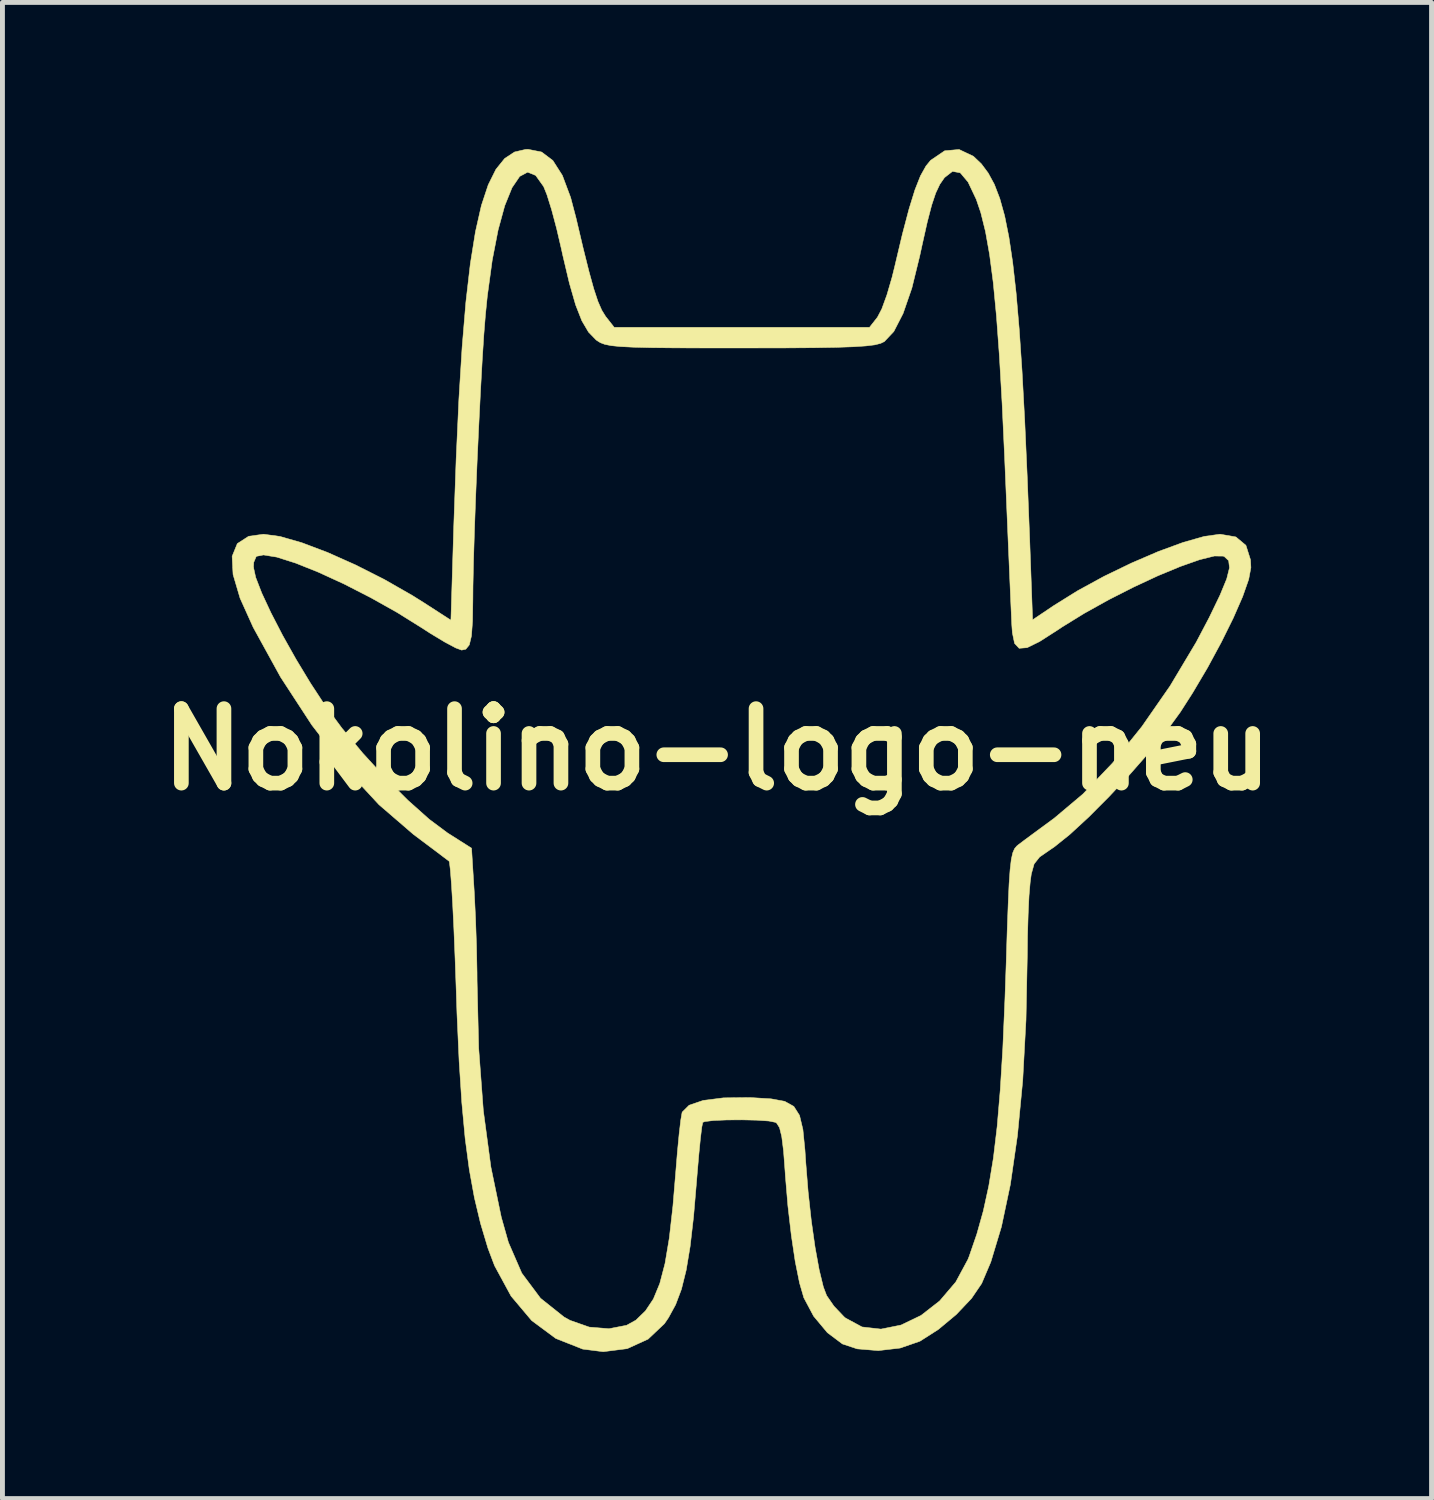
<source format=kicad_pcb>
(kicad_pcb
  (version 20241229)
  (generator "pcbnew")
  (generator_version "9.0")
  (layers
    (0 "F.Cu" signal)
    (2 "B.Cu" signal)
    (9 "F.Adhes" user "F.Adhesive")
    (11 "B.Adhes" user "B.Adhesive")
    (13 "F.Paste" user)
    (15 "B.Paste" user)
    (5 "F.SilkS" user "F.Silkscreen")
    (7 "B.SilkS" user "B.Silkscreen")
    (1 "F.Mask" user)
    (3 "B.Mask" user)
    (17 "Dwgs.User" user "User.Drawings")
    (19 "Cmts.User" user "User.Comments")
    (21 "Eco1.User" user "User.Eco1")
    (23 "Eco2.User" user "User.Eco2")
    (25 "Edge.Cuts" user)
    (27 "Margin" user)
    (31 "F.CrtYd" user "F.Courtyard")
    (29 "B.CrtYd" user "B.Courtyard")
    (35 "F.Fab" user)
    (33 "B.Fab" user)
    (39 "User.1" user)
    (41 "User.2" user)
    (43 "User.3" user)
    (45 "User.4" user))
  (footprint "Nokolino-logo-neu"
    (layer "F.Cu")
    (at 11.619 12.282)
    (property "Reference" "Nokolino-logo-neu" (at 0 0 0) (layer "F.SilkS") (effects (font (size 1.524 1.524) (thickness 0.3))))
    (attr through_hole)
    (fp_poly (pts (xy -3.589 -12.222) (xy -3.359 -12.049) (xy -3.164 -11.743) (xy -2.995 -11.292) (xy -2.885 -10.874) (xy -2.739 -10.255) (xy -2.62 -9.779) (xy -2.522 -9.424) (xy -2.437 -9.167) (xy -2.358 -8.986) (xy -2.279 -8.858) (xy -2.267 -8.843) (xy -2.104 -8.636) (xy 0.508 -8.636) (xy 3.12 -8.636) (xy 3.282 -8.842) (xy 3.371 -9.012) (xy 3.476 -9.3) (xy 3.581 -9.66) (xy 3.635 -9.879) (xy 3.792 -10.541) (xy 3.928 -11.057) (xy 4.049 -11.448) (xy 4.162 -11.734) (xy 4.275 -11.936) (xy 4.37 -12.052) (xy 4.657 -12.247) (xy 4.952 -12.274) (xy 5.245 -12.135) (xy 5.408 -11.98) (xy 5.548 -11.792) (xy 5.674 -11.56) (xy 5.785 -11.271) (xy 5.884 -10.916) (xy 5.971 -10.483) (xy 6.049 -9.96) (xy 6.119 -9.336) (xy 6.182 -8.6) (xy 6.24 -7.741) (xy 6.294 -6.746) (xy 6.345 -5.606) (xy 6.396 -4.308) (xy 6.399 -4.225) (xy 6.456 -2.651) (xy 6.89 -2.943) (xy 7.375 -3.245) (xy 7.915 -3.54) (xy 8.477 -3.812) (xy 9.028 -4.049) (xy 9.535 -4.235) (xy 9.967 -4.358) (xy 10.29 -4.403) (xy 10.292 -4.403) (xy 10.615 -4.347) (xy 10.82 -4.176) (xy 10.914 -3.879) (xy 10.922 -3.719) (xy 10.877 -3.479) (xy 10.753 -3.126) (xy 10.562 -2.689) (xy 10.318 -2.196) (xy 10.037 -1.676) (xy 9.73 -1.157) (xy 9.477 -0.762) (xy 9.196 -0.376) (xy 8.84 0.061) (xy 8.437 0.52) (xy 8.014 0.972) (xy 7.599 1.388) (xy 7.22 1.737) (xy 6.904 1.991) (xy 6.807 2.057) (xy 6.6 2.2) (xy 6.487 2.343) (xy 6.429 2.551) (xy 6.406 2.724) (xy 6.383 2.994) (xy 6.365 3.378) (xy 6.352 3.822) (xy 6.348 4.191) (xy 6.321 5.534) (xy 6.254 6.774) (xy 6.146 7.9) (xy 6.001 8.901) (xy 5.818 9.767) (xy 5.601 10.486) (xy 5.414 10.926) (xy 5.206 11.232) (xy 4.894 11.561) (xy 4.528 11.866) (xy 4.159 12.102) (xy 4.143 12.11) (xy 3.745 12.247) (xy 3.298 12.299) (xy 2.867 12.263) (xy 2.566 12.163) (xy 2.258 11.932) (xy 1.976 11.594) (xy 1.776 11.218) (xy 1.688 10.915) (xy 1.6 10.478) (xy 1.52 9.941) (xy 1.45 9.339) (xy 1.397 8.708) (xy 1.394 8.654) (xy 1.361 8.216) (xy 1.324 7.92) (xy 1.279 7.739) (xy 1.221 7.646) (xy 1.195 7.629) (xy 1.061 7.602) (xy 0.817 7.585) (xy 0.514 7.578) (xy 0.202 7.58) (xy -0.069 7.591) (xy -0.249 7.613) (xy -0.291 7.629) (xy -0.311 7.723) (xy -0.339 7.953) (xy -0.372 8.288) (xy -0.407 8.695) (xy -0.416 8.807) (xy -0.48 9.56) (xy -0.55 10.167) (xy -0.631 10.653) (xy -0.728 11.043) (xy -0.847 11.359) (xy -0.993 11.626) (xy -1.076 11.748) (xy -1.41 12.064) (xy -1.838 12.259) (xy -2.328 12.321) (xy -2.748 12.268) (xy -3.299 12.05) (xy -3.792 11.684) (xy -4.214 11.183) (xy -4.551 10.562) (xy -4.687 10.202) (xy -4.838 9.697) (xy -4.964 9.169) (xy -5.068 8.597) (xy -5.153 7.957) (xy -5.221 7.227) (xy -5.276 6.383) (xy -5.32 5.403) (xy -5.336 4.915) (xy -5.359 4.271) (xy -5.383 3.682) (xy -5.408 3.17) (xy -5.433 2.756) (xy -5.456 2.461) (xy -5.475 2.305) (xy -5.482 2.286) (xy -5.574 2.217) (xy -5.768 2.07) (xy -6.032 1.872) (xy -6.212 1.737) (xy -6.915 1.131) (xy -7.613 0.378) (xy -8.29 -0.5) (xy -8.929 -1.48) (xy -9.489 -2.498) (xy -9.758 -3.095) (xy -9.901 -3.579) (xy -9.909 -3.725) (xy -9.483 -3.725) (xy -9.438 -3.519) (xy -9.314 -3.199) (xy -9.126 -2.796) (xy -8.888 -2.335) (xy -8.614 -1.847) (xy -8.319 -1.359) (xy -8.031 -0.919) (xy -7.672 -0.433) (xy -7.246 0.078) (xy -6.786 0.58) (xy -6.323 1.041) (xy -5.889 1.428) (xy -5.514 1.708) (xy -5.495 1.72) (xy -5.022 2.02) (xy -4.966 2.928) (xy -4.941 3.44) (xy -4.921 4.017) (xy -4.91 4.562) (xy -4.909 4.733) (xy -4.876 6.112) (xy -4.781 7.388) (xy -4.626 8.545) (xy -4.414 9.568) (xy -4.268 10.084) (xy -3.994 10.715) (xy -3.611 11.228) (xy -3.129 11.612) (xy -3.007 11.68) (xy -2.614 11.818) (xy -2.21 11.851) (xy -1.85 11.781) (xy -1.66 11.676) (xy -1.464 11.486) (xy -1.302 11.243) (xy -1.171 10.926) (xy -1.064 10.517) (xy -0.976 9.994) (xy -0.902 9.339) (xy -0.846 8.666) (xy -0.811 8.239) (xy -0.775 7.866) (xy -0.742 7.584) (xy -0.715 7.428) (xy -0.711 7.418) (xy -0.571 7.279) (xy -0.284 7.181) (xy 0.133 7.128) (xy 0.662 7.122) (xy 0.713 7.124) (xy 1.105 7.148) (xy 1.384 7.199) (xy 1.571 7.303) (xy 1.688 7.487) (xy 1.757 7.776) (xy 1.799 8.197) (xy 1.815 8.442) (xy 1.864 9.052) (xy 1.929 9.644) (xy 2.006 10.186) (xy 2.09 10.647) (xy 2.175 10.996) (xy 2.242 11.172) (xy 2.391 11.388) (xy 2.597 11.605) (xy 2.628 11.632) (xy 2.967 11.815) (xy 3.354 11.859) (xy 3.765 11.776) (xy 4.174 11.579) (xy 4.555 11.282) (xy 4.884 10.896) (xy 5.133 10.434) (xy 5.158 10.371) (xy 5.315 9.915) (xy 5.448 9.441) (xy 5.56 8.929) (xy 5.654 8.359) (xy 5.731 7.713) (xy 5.794 6.969) (xy 5.847 6.108) (xy 5.89 5.111) (xy 5.916 4.367) (xy 5.937 3.685) (xy 5.957 3.152) (xy 5.975 2.749) (xy 5.996 2.455) (xy 6.02 2.25) (xy 6.05 2.116) (xy 6.087 2.03) (xy 6.134 1.975) (xy 6.159 1.954) (xy 6.309 1.841) (xy 6.549 1.664) (xy 6.833 1.455) (xy 6.895 1.41) (xy 7.484 0.914) (xy 8.09 0.28) (xy 8.691 -0.467) (xy 9.269 -1.299) (xy 9.802 -2.191) (xy 10.07 -2.7) (xy 10.29 -3.156) (xy 10.427 -3.488) (xy 10.484 -3.716) (xy 10.467 -3.862) (xy 10.38 -3.944) (xy 10.356 -3.955) (xy 10.174 -3.957) (xy 9.873 -3.882) (xy 9.481 -3.744) (xy 9.022 -3.554) (xy 8.524 -3.322) (xy 8.012 -3.062) (xy 7.514 -2.785) (xy 7.055 -2.502) (xy 6.961 -2.439) (xy 6.597 -2.206) (xy 6.344 -2.082) (xy 6.181 -2.069) (xy 6.087 -2.17) (xy 6.042 -2.388) (xy 6.031 -2.541) (xy 6.022 -2.735) (xy 6.007 -3.075) (xy 5.987 -3.538) (xy 5.963 -4.099) (xy 5.936 -4.737) (xy 5.907 -5.427) (xy 5.884 -5.969) (xy 5.832 -7.085) (xy 5.777 -8.045) (xy 5.717 -8.862) (xy 5.651 -9.551) (xy 5.576 -10.124) (xy 5.492 -10.596) (xy 5.397 -10.979) (xy 5.304 -11.253) (xy 5.136 -11.607) (xy 4.976 -11.797) (xy 4.817 -11.826) (xy 4.654 -11.699) (xy 4.653 -11.698) (xy 4.558 -11.561) (xy 4.474 -11.383) (xy 4.391 -11.135) (xy 4.301 -10.789) (xy 4.195 -10.316) (xy 4.147 -10.095) (xy 3.986 -9.438) (xy 3.807 -8.92) (xy 3.617 -8.55) (xy 3.423 -8.344) (xy 3.346 -8.307) (xy 3.227 -8.277) (xy 3.048 -8.255) (xy 2.792 -8.238) (xy 2.441 -8.226) (xy 1.978 -8.218) (xy 1.383 -8.214) (xy 0.641 -8.213) (xy 0.48 -8.213) (xy -0.276 -8.213) (xy -0.881 -8.215) (xy -1.354 -8.22) (xy -1.714 -8.229) (xy -1.978 -8.242) (xy -2.166 -8.261) (xy -2.295 -8.287) (xy -2.386 -8.321) (xy -2.455 -8.364) (xy -2.476 -8.38) (xy -2.629 -8.538) (xy -2.765 -8.769) (xy -2.893 -9.095) (xy -3.021 -9.541) (xy -3.16 -10.128) (xy -3.183 -10.235) (xy -3.281 -10.655) (xy -3.384 -11.042) (xy -3.48 -11.349) (xy -3.547 -11.515) (xy -3.71 -11.743) (xy -3.874 -11.81) (xy -4.037 -11.723) (xy -4.194 -11.492) (xy -4.343 -11.124) (xy -4.479 -10.626) (xy -4.599 -10.008) (xy -4.699 -9.277) (xy -4.738 -8.89) (xy -4.77 -8.491) (xy -4.804 -7.957) (xy -4.839 -7.323) (xy -4.874 -6.622) (xy -4.908 -5.89) (xy -4.938 -5.161) (xy -4.963 -4.469) (xy -4.982 -3.849) (xy -4.993 -3.335) (xy -4.995 -3.068) (xy -5.002 -2.623) (xy -5.024 -2.322) (xy -5.068 -2.139) (xy -5.139 -2.051) (xy -5.224 -2.032) (xy -5.346 -2.077) (xy -5.569 -2.196) (xy -5.858 -2.37) (xy -6.041 -2.488) (xy -6.544 -2.802) (xy -7.084 -3.105) (xy -7.629 -3.384) (xy -8.151 -3.624) (xy -8.62 -3.812) (xy -9.007 -3.935) (xy -9.281 -3.979) (xy -9.281 -3.979) (xy -9.426 -3.95) (xy -9.478 -3.828) (xy -9.483 -3.725) (xy -9.909 -3.725) (xy -9.92 -3.951) (xy -9.814 -4.211) (xy -9.582 -4.361) (xy -9.277 -4.403) (xy -8.94 -4.357) (xy -8.494 -4.229) (xy -7.97 -4.031) (xy -7.398 -3.776) (xy -6.81 -3.479) (xy -6.236 -3.151) (xy -6.003 -3.005) (xy -5.444 -2.644) (xy -5.386 -4.561) (xy -5.337 -5.942) (xy -5.281 -7.162) (xy -5.215 -8.229) (xy -5.138 -9.151) (xy -5.047 -9.936) (xy -4.942 -10.592) (xy -4.821 -11.127) (xy -4.681 -11.55) (xy -4.523 -11.868) (xy -4.344 -12.09) (xy -4.142 -12.223) (xy -3.916 -12.275) (xy -3.865 -12.277) (xy -3.589 -12.222)) (stroke (width 0.01) (type solid)) (fill yes) (layer "F.SilkS")))
  (gr_rect
    (start -3 -3)
    (end 26.237 27.608)
    (stroke (width 0.1) (type default))
    (fill no)
    (layer "Edge.Cuts")))
</source>
